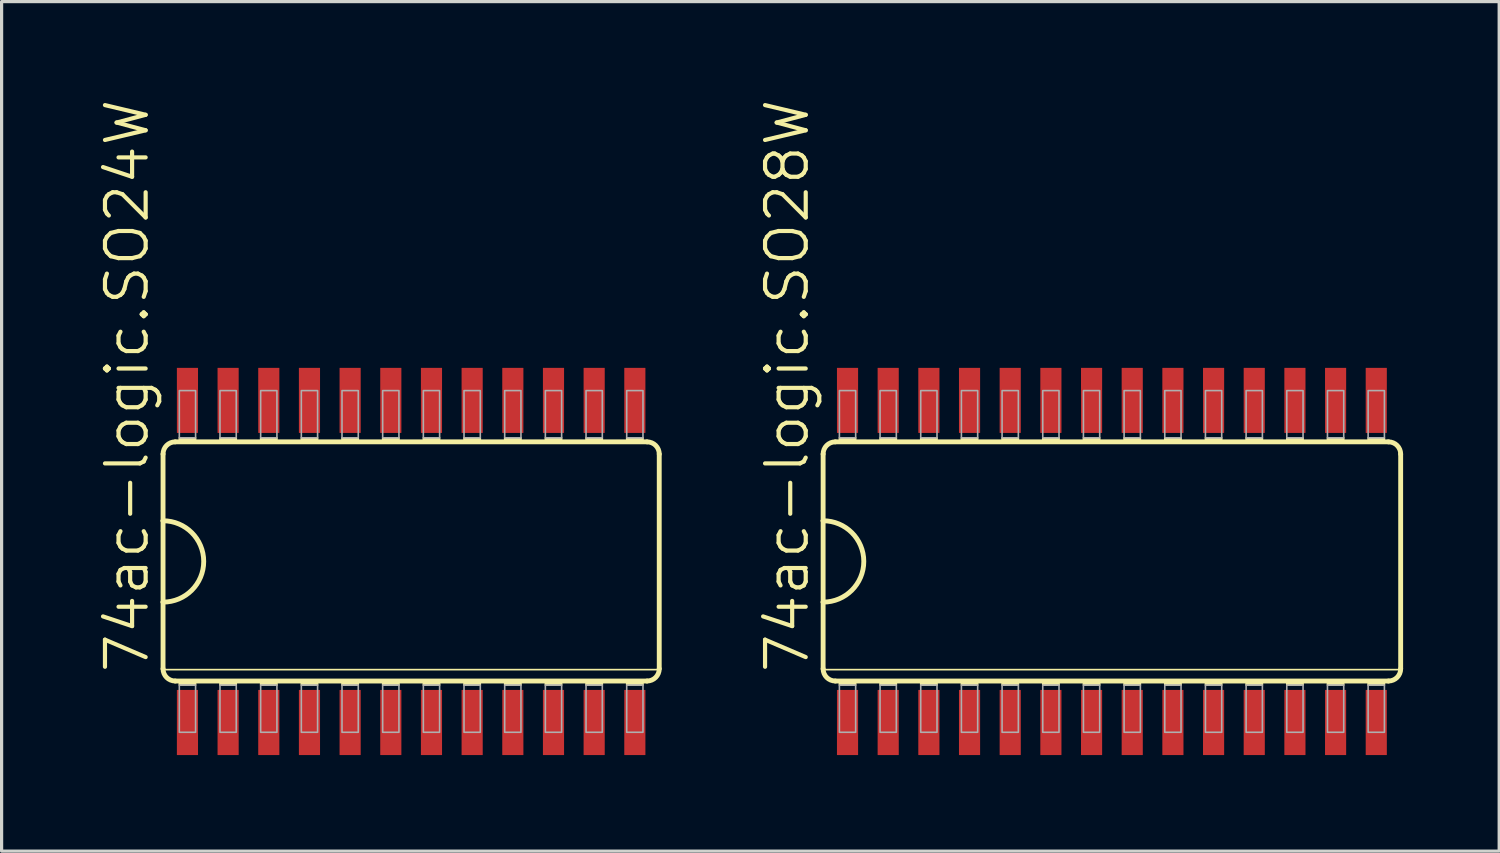
<source format=kicad_pcb>
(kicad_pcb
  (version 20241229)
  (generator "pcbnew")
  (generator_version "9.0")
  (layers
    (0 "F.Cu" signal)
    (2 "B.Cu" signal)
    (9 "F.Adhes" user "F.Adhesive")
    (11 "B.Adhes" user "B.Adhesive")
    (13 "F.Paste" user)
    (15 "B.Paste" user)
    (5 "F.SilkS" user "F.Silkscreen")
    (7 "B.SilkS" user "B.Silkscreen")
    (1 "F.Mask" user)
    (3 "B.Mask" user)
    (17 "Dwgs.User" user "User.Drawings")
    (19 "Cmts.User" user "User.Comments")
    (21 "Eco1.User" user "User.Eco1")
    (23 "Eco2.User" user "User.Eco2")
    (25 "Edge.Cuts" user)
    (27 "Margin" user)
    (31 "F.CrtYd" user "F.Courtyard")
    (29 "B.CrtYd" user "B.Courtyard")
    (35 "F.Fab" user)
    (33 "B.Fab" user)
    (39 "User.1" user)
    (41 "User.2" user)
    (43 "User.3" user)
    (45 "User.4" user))
  (footprint "74ac-logic.SO28W"
    (layer "F.Cu")
    (at 31.669 14.481)
    (property "Reference" "74ac-logic.SO28W" (at -9.398 3.556 90) (layer "F.SilkS") (effects (font (size 1.27 1.27) (thickness 0.13)) (justify left bottom)))
    (attr smd)
    (fp_line (start -9.017 -3.353) (end -9.017 -1.27) (stroke (width 0.152) (type default)) (layer "F.SilkS"))
    (fp_line (start -9.017 -1.27) (end -9.017 1.27) (stroke (width 0.152) (type default)) (layer "F.SilkS"))
    (fp_line (start -9.017 1.27) (end -9.017 3.353) (stroke (width 0.152) (type default)) (layer "F.SilkS"))
    (fp_line (start -9.017 3.378) (end 9.017 3.378) (stroke (width 0.051) (type default)) (layer "F.SilkS"))
    (fp_line (start -8.636 3.734) (end 8.636 3.734) (stroke (width 0.152) (type default)) (layer "F.SilkS"))
    (fp_line (start 8.636 -3.734) (end -8.636 -3.734) (stroke (width 0.152) (type default)) (layer "F.SilkS"))
    (fp_line (start 9.017 3.353) (end 9.017 -3.353) (stroke (width 0.152) (type default)) (layer "F.SilkS"))
    (fp_rect (start -8.509 -3.734) (end -8.001 -3.861) (stroke (width 0.05) (type default)) (fill yes) (layer "F.SilkS"))
    (fp_rect (start -8.509 3.861) (end -8.001 3.734) (stroke (width 0.05) (type default)) (fill yes) (layer "F.SilkS"))
    (fp_rect (start -7.239 -3.734) (end -6.731 -3.861) (stroke (width 0.05) (type default)) (fill yes) (layer "F.SilkS"))
    (fp_rect (start -7.239 3.861) (end -6.731 3.734) (stroke (width 0.05) (type default)) (fill yes) (layer "F.SilkS"))
    (fp_rect (start -5.969 -3.734) (end -5.461 -3.861) (stroke (width 0.05) (type default)) (fill yes) (layer "F.SilkS"))
    (fp_rect (start -5.969 3.861) (end -5.461 3.734) (stroke (width 0.05) (type default)) (fill yes) (layer "F.SilkS"))
    (fp_rect (start -4.699 -3.734) (end -4.191 -3.861) (stroke (width 0.05) (type default)) (fill yes) (layer "F.SilkS"))
    (fp_rect (start -4.699 3.861) (end -4.191 3.734) (stroke (width 0.05) (type default)) (fill yes) (layer "F.SilkS"))
    (fp_rect (start -3.429 -3.734) (end -2.921 -3.861) (stroke (width 0.05) (type default)) (fill yes) (layer "F.SilkS"))
    (fp_rect (start -3.429 3.861) (end -2.921 3.734) (stroke (width 0.05) (type default)) (fill yes) (layer "F.SilkS"))
    (fp_rect (start -2.159 -3.734) (end -1.651 -3.861) (stroke (width 0.05) (type default)) (fill yes) (layer "F.SilkS"))
    (fp_rect (start -2.159 3.861) (end -1.651 3.734) (stroke (width 0.05) (type default)) (fill yes) (layer "F.SilkS"))
    (fp_rect (start -0.889 -3.734) (end -0.381 -3.861) (stroke (width 0.05) (type default)) (fill yes) (layer "F.SilkS"))
    (fp_rect (start -0.889 3.861) (end -0.381 3.734) (stroke (width 0.05) (type default)) (fill yes) (layer "F.SilkS"))
    (fp_rect (start 0.381 -3.734) (end 0.889 -3.861) (stroke (width 0.05) (type default)) (fill yes) (layer "F.SilkS"))
    (fp_rect (start 0.381 3.861) (end 0.889 3.734) (stroke (width 0.05) (type default)) (fill yes) (layer "F.SilkS"))
    (fp_rect (start 1.651 -3.734) (end 2.159 -3.861) (stroke (width 0.05) (type default)) (fill yes) (layer "F.SilkS"))
    (fp_rect (start 1.651 3.861) (end 2.159 3.734) (stroke (width 0.05) (type default)) (fill yes) (layer "F.SilkS"))
    (fp_rect (start 2.921 -3.734) (end 3.429 -3.861) (stroke (width 0.05) (type default)) (fill yes) (layer "F.SilkS"))
    (fp_rect (start 2.921 3.861) (end 3.429 3.734) (stroke (width 0.05) (type default)) (fill yes) (layer "F.SilkS"))
    (fp_rect (start 4.191 -3.734) (end 4.699 -3.861) (stroke (width 0.05) (type default)) (fill yes) (layer "F.SilkS"))
    (fp_rect (start 4.191 3.861) (end 4.699 3.734) (stroke (width 0.05) (type default)) (fill yes) (layer "F.SilkS"))
    (fp_rect (start 5.461 -3.734) (end 5.969 -3.861) (stroke (width 0.05) (type default)) (fill yes) (layer "F.SilkS"))
    (fp_rect (start 5.461 3.861) (end 5.969 3.734) (stroke (width 0.05) (type default)) (fill yes) (layer "F.SilkS"))
    (fp_rect (start 6.731 -3.734) (end 7.239 -3.861) (stroke (width 0.05) (type default)) (fill yes) (layer "F.SilkS"))
    (fp_rect (start 6.731 3.861) (end 7.239 3.734) (stroke (width 0.05) (type default)) (fill yes) (layer "F.SilkS"))
    (fp_rect (start 8.001 -3.734) (end 8.509 -3.861) (stroke (width 0.05) (type default)) (fill yes) (layer "F.SilkS"))
    (fp_rect (start 8.001 3.861) (end 8.509 3.734) (stroke (width 0.05) (type default)) (fill yes) (layer "F.SilkS"))
    (fp_arc (start -9.017 -3.3528) (mid -8.905408 -3.622208) (end -8.636 -3.7338) (stroke (width 0.1524) (type default)) (layer "F.SilkS"))
    (fp_arc (start -9.017 -1.27) (mid -7.747 0) (end -9.017 1.27) (stroke (width 0.1524) (type default)) (layer "F.SilkS"))
    (fp_arc (start -8.636 3.7338) (mid -8.905408 3.622208) (end -9.017 3.3528) (stroke (width 0.1524) (type default)) (layer "F.SilkS"))
    (fp_arc (start 8.636 -3.7338) (mid 8.905408 -3.622208) (end 9.017 -3.3528) (stroke (width 0.1524) (type default)) (layer "F.SilkS"))
    (fp_arc (start 9.017 3.3528) (mid 8.905408 3.622208) (end 8.636 3.7338) (stroke (width 0.1524) (type default)) (layer "F.SilkS"))
    (fp_rect (start -8.509 -3.861) (end -8.001 -5.334) (stroke (width 0.05) (type default)) (fill no) (layer "F.Fab"))
    (fp_rect (start -8.509 5.334) (end -8.001 3.861) (stroke (width 0.05) (type default)) (fill no) (layer "F.Fab"))
    (fp_rect (start -7.239 -3.861) (end -6.731 -5.334) (stroke (width 0.05) (type default)) (fill no) (layer "F.Fab"))
    (fp_rect (start -7.239 5.334) (end -6.731 3.861) (stroke (width 0.05) (type default)) (fill no) (layer "F.Fab"))
    (fp_rect (start -5.969 -3.861) (end -5.461 -5.334) (stroke (width 0.05) (type default)) (fill no) (layer "F.Fab"))
    (fp_rect (start -5.969 5.334) (end -5.461 3.861) (stroke (width 0.05) (type default)) (fill no) (layer "F.Fab"))
    (fp_rect (start -4.699 -3.861) (end -4.191 -5.334) (stroke (width 0.05) (type default)) (fill no) (layer "F.Fab"))
    (fp_rect (start -4.699 5.334) (end -4.191 3.861) (stroke (width 0.05) (type default)) (fill no) (layer "F.Fab"))
    (fp_rect (start -3.429 -3.861) (end -2.921 -5.334) (stroke (width 0.05) (type default)) (fill no) (layer "F.Fab"))
    (fp_rect (start -3.429 5.334) (end -2.921 3.861) (stroke (width 0.05) (type default)) (fill no) (layer "F.Fab"))
    (fp_rect (start -2.159 -3.861) (end -1.651 -5.334) (stroke (width 0.05) (type default)) (fill no) (layer "F.Fab"))
    (fp_rect (start -2.159 5.334) (end -1.651 3.861) (stroke (width 0.05) (type default)) (fill no) (layer "F.Fab"))
    (fp_rect (start -0.889 -3.861) (end -0.381 -5.334) (stroke (width 0.05) (type default)) (fill no) (layer "F.Fab"))
    (fp_rect (start -0.889 5.334) (end -0.381 3.861) (stroke (width 0.05) (type default)) (fill no) (layer "F.Fab"))
    (fp_rect (start 0.381 -3.861) (end 0.889 -5.334) (stroke (width 0.05) (type default)) (fill no) (layer "F.Fab"))
    (fp_rect (start 0.381 5.334) (end 0.889 3.861) (stroke (width 0.05) (type default)) (fill no) (layer "F.Fab"))
    (fp_rect (start 1.651 -3.861) (end 2.159 -5.334) (stroke (width 0.05) (type default)) (fill no) (layer "F.Fab"))
    (fp_rect (start 1.651 5.334) (end 2.159 3.861) (stroke (width 0.05) (type default)) (fill no) (layer "F.Fab"))
    (fp_rect (start 2.921 -3.861) (end 3.429 -5.334) (stroke (width 0.05) (type default)) (fill no) (layer "F.Fab"))
    (fp_rect (start 2.921 5.334) (end 3.429 3.861) (stroke (width 0.05) (type default)) (fill no) (layer "F.Fab"))
    (fp_rect (start 4.191 -3.861) (end 4.699 -5.334) (stroke (width 0.05) (type default)) (fill no) (layer "F.Fab"))
    (fp_rect (start 4.191 5.334) (end 4.699 3.861) (stroke (width 0.05) (type default)) (fill no) (layer "F.Fab"))
    (fp_rect (start 5.461 -3.861) (end 5.969 -5.334) (stroke (width 0.05) (type default)) (fill no) (layer "F.Fab"))
    (fp_rect (start 5.461 5.334) (end 5.969 3.861) (stroke (width 0.05) (type default)) (fill no) (layer "F.Fab"))
    (fp_rect (start 6.731 -3.861) (end 7.239 -5.334) (stroke (width 0.05) (type default)) (fill no) (layer "F.Fab"))
    (fp_rect (start 6.731 5.334) (end 7.239 3.861) (stroke (width 0.05) (type default)) (fill no) (layer "F.Fab"))
    (fp_rect (start 8.001 -3.861) (end 8.509 -5.334) (stroke (width 0.05) (type default)) (fill no) (layer "F.Fab"))
    (fp_rect (start 8.001 5.334) (end 8.509 3.861) (stroke (width 0.05) (type default)) (fill no) (layer "F.Fab"))
    (pad "1" smd roundrect (at -8.255 5.029) (size 0.66 2.032) (layers "F.Cu" "F.Mask" "F.Paste") (roundrect_rratio 0.01))
    (pad "2" smd roundrect (at -6.985 5.029) (size 0.66 2.032) (layers "F.Cu" "F.Mask" "F.Paste") (roundrect_rratio 0.01))
    (pad "3" smd roundrect (at -5.715 5.029) (size 0.66 2.032) (layers "F.Cu" "F.Mask" "F.Paste") (roundrect_rratio 0.01))
    (pad "4" smd roundrect (at -4.445 5.029) (size 0.66 2.032) (layers "F.Cu" "F.Mask" "F.Paste") (roundrect_rratio 0.01))
    (pad "5" smd roundrect (at -3.175 5.029) (size 0.66 2.032) (layers "F.Cu" "F.Mask" "F.Paste") (roundrect_rratio 0.01))
    (pad "6" smd roundrect (at -1.905 5.029) (size 0.66 2.032) (layers "F.Cu" "F.Mask" "F.Paste") (roundrect_rratio 0.01))
    (pad "7" smd roundrect (at -0.635 5.029) (size 0.66 2.032) (layers "F.Cu" "F.Mask" "F.Paste") (roundrect_rratio 0.01))
    (pad "8" smd roundrect (at 0.635 5.029) (size 0.66 2.032) (layers "F.Cu" "F.Mask" "F.Paste") (roundrect_rratio 0.01))
    (pad "9" smd roundrect (at 1.905 5.029) (size 0.66 2.032) (layers "F.Cu" "F.Mask" "F.Paste") (roundrect_rratio 0.01))
    (pad "10" smd roundrect (at 3.175 5.029) (size 0.66 2.032) (layers "F.Cu" "F.Mask" "F.Paste") (roundrect_rratio 0.01))
    (pad "11" smd roundrect (at 4.445 5.029) (size 0.66 2.032) (layers "F.Cu" "F.Mask" "F.Paste") (roundrect_rratio 0.01))
    (pad "12" smd roundrect (at 5.715 5.029) (size 0.66 2.032) (layers "F.Cu" "F.Mask" "F.Paste") (roundrect_rratio 0.01))
    (pad "13" smd roundrect (at 6.985 5.029) (size 0.66 2.032) (layers "F.Cu" "F.Mask" "F.Paste") (roundrect_rratio 0.01))
    (pad "14" smd roundrect (at 8.255 5.029) (size 0.66 2.032) (layers "F.Cu" "F.Mask" "F.Paste") (roundrect_rratio 0.01))
    (pad "15" smd roundrect (at 8.255 -5.029) (size 0.66 2.032) (layers "F.Cu" "F.Mask" "F.Paste") (roundrect_rratio 0.01))
    (pad "16" smd roundrect (at 6.985 -5.029) (size 0.66 2.032) (layers "F.Cu" "F.Mask" "F.Paste") (roundrect_rratio 0.01))
    (pad "17" smd roundrect (at 5.715 -5.029) (size 0.66 2.032) (layers "F.Cu" "F.Mask" "F.Paste") (roundrect_rratio 0.01))
    (pad "18" smd roundrect (at 4.445 -5.029) (size 0.66 2.032) (layers "F.Cu" "F.Mask" "F.Paste") (roundrect_rratio 0.01))
    (pad "19" smd roundrect (at 3.175 -5.029) (size 0.66 2.032) (layers "F.Cu" "F.Mask" "F.Paste") (roundrect_rratio 0.01))
    (pad "20" smd roundrect (at 1.905 -5.029) (size 0.66 2.032) (layers "F.Cu" "F.Mask" "F.Paste") (roundrect_rratio 0.01))
    (pad "21" smd roundrect (at 0.635 -5.029) (size 0.66 2.032) (layers "F.Cu" "F.Mask" "F.Paste") (roundrect_rratio 0.01))
    (pad "22" smd roundrect (at -0.635 -5.029) (size 0.66 2.032) (layers "F.Cu" "F.Mask" "F.Paste") (roundrect_rratio 0.01))
    (pad "23" smd roundrect (at -1.905 -5.029) (size 0.66 2.032) (layers "F.Cu" "F.Mask" "F.Paste") (roundrect_rratio 0.01))
    (pad "24" smd roundrect (at -3.175 -5.029) (size 0.66 2.032) (layers "F.Cu" "F.Mask" "F.Paste") (roundrect_rratio 0.01))
    (pad "25" smd roundrect (at -4.445 -5.029) (size 0.66 2.032) (layers "F.Cu" "F.Mask" "F.Paste") (roundrect_rratio 0.01))
    (pad "26" smd roundrect (at -5.715 -5.029) (size 0.66 2.032) (layers "F.Cu" "F.Mask" "F.Paste") (roundrect_rratio 0.01))
    (pad "27" smd roundrect (at -6.985 -5.029) (size 0.66 2.032) (layers "F.Cu" "F.Mask" "F.Paste") (roundrect_rratio 0.01))
    (pad "28" smd roundrect (at -8.255 -5.029) (size 0.66 2.032) (layers "F.Cu" "F.Mask" "F.Paste") (roundrect_rratio 0.01)))
  (footprint "74ac-logic.SO24W"
    (layer "F.Cu")
    (at 9.788 14.481)
    (property "Reference" "74ac-logic.SO24W" (at -8.128 3.556 90) (layer "F.SilkS") (effects (font (size 1.27 1.27) (thickness 0.13)) (justify left bottom)))
    (attr smd)
    (fp_line (start -7.747 -3.353) (end -7.747 -1.27) (stroke (width 0.152) (type default)) (layer "F.SilkS"))
    (fp_line (start -7.747 -1.27) (end -7.747 1.27) (stroke (width 0.152) (type default)) (layer "F.SilkS"))
    (fp_line (start -7.747 1.27) (end -7.747 3.353) (stroke (width 0.152) (type default)) (layer "F.SilkS"))
    (fp_line (start -7.747 3.378) (end 7.747 3.378) (stroke (width 0.051) (type default)) (layer "F.SilkS"))
    (fp_line (start -7.366 3.734) (end 7.366 3.734) (stroke (width 0.152) (type default)) (layer "F.SilkS"))
    (fp_line (start 7.366 -3.734) (end -7.366 -3.734) (stroke (width 0.152) (type default)) (layer "F.SilkS"))
    (fp_line (start 7.747 3.353) (end 7.747 -3.353) (stroke (width 0.152) (type default)) (layer "F.SilkS"))
    (fp_rect (start -7.239 -3.734) (end -6.731 -3.861) (stroke (width 0.05) (type default)) (fill yes) (layer "F.SilkS"))
    (fp_rect (start -7.239 3.861) (end -6.731 3.734) (stroke (width 0.05) (type default)) (fill yes) (layer "F.SilkS"))
    (fp_rect (start -5.969 -3.734) (end -5.461 -3.861) (stroke (width 0.05) (type default)) (fill yes) (layer "F.SilkS"))
    (fp_rect (start -5.969 3.861) (end -5.461 3.734) (stroke (width 0.05) (type default)) (fill yes) (layer "F.SilkS"))
    (fp_rect (start -4.699 -3.734) (end -4.191 -3.861) (stroke (width 0.05) (type default)) (fill yes) (layer "F.SilkS"))
    (fp_rect (start -4.699 3.861) (end -4.191 3.734) (stroke (width 0.05) (type default)) (fill yes) (layer "F.SilkS"))
    (fp_rect (start -3.429 -3.734) (end -2.921 -3.861) (stroke (width 0.05) (type default)) (fill yes) (layer "F.SilkS"))
    (fp_rect (start -3.429 3.861) (end -2.921 3.734) (stroke (width 0.05) (type default)) (fill yes) (layer "F.SilkS"))
    (fp_rect (start -2.159 -3.734) (end -1.651 -3.861) (stroke (width 0.05) (type default)) (fill yes) (layer "F.SilkS"))
    (fp_rect (start -2.159 3.861) (end -1.651 3.734) (stroke (width 0.05) (type default)) (fill yes) (layer "F.SilkS"))
    (fp_rect (start -0.889 -3.734) (end -0.381 -3.861) (stroke (width 0.05) (type default)) (fill yes) (layer "F.SilkS"))
    (fp_rect (start -0.889 3.861) (end -0.381 3.734) (stroke (width 0.05) (type default)) (fill yes) (layer "F.SilkS"))
    (fp_rect (start 0.381 -3.734) (end 0.889 -3.861) (stroke (width 0.05) (type default)) (fill yes) (layer "F.SilkS"))
    (fp_rect (start 0.381 3.861) (end 0.889 3.734) (stroke (width 0.05) (type default)) (fill yes) (layer "F.SilkS"))
    (fp_rect (start 1.651 -3.734) (end 2.159 -3.861) (stroke (width 0.05) (type default)) (fill yes) (layer "F.SilkS"))
    (fp_rect (start 1.651 3.861) (end 2.159 3.734) (stroke (width 0.05) (type default)) (fill yes) (layer "F.SilkS"))
    (fp_rect (start 2.921 -3.734) (end 3.429 -3.861) (stroke (width 0.05) (type default)) (fill yes) (layer "F.SilkS"))
    (fp_rect (start 2.921 3.861) (end 3.429 3.734) (stroke (width 0.05) (type default)) (fill yes) (layer "F.SilkS"))
    (fp_rect (start 4.191 -3.734) (end 4.699 -3.861) (stroke (width 0.05) (type default)) (fill yes) (layer "F.SilkS"))
    (fp_rect (start 4.191 3.861) (end 4.699 3.734) (stroke (width 0.05) (type default)) (fill yes) (layer "F.SilkS"))
    (fp_rect (start 5.461 -3.734) (end 5.969 -3.861) (stroke (width 0.05) (type default)) (fill yes) (layer "F.SilkS"))
    (fp_rect (start 5.461 3.861) (end 5.969 3.734) (stroke (width 0.05) (type default)) (fill yes) (layer "F.SilkS"))
    (fp_rect (start 6.731 -3.734) (end 7.239 -3.861) (stroke (width 0.05) (type default)) (fill yes) (layer "F.SilkS"))
    (fp_rect (start 6.731 3.861) (end 7.239 3.734) (stroke (width 0.05) (type default)) (fill yes) (layer "F.SilkS"))
    (fp_arc (start -7.747 -3.3528) (mid -7.635408 -3.622208) (end -7.366 -3.7338) (stroke (width 0.1524) (type default)) (layer "F.SilkS"))
    (fp_arc (start -7.747 -1.27) (mid -6.477 0) (end -7.747 1.27) (stroke (width 0.1524) (type default)) (layer "F.SilkS"))
    (fp_arc (start -7.366 3.7338) (mid -7.635408 3.622208) (end -7.747 3.3528) (stroke (width 0.1524) (type default)) (layer "F.SilkS"))
    (fp_arc (start 7.366 -3.7338) (mid 7.635408 -3.622208) (end 7.747 -3.3528) (stroke (width 0.1524) (type default)) (layer "F.SilkS"))
    (fp_arc (start 7.747 3.3528) (mid 7.635408 3.622208) (end 7.366 3.7338) (stroke (width 0.1524) (type default)) (layer "F.SilkS"))
    (fp_rect (start -7.239 -3.861) (end -6.731 -5.334) (stroke (width 0.05) (type default)) (fill no) (layer "F.Fab"))
    (fp_rect (start -7.239 5.334) (end -6.731 3.861) (stroke (width 0.05) (type default)) (fill no) (layer "F.Fab"))
    (fp_rect (start -5.969 -3.861) (end -5.461 -5.334) (stroke (width 0.05) (type default)) (fill no) (layer "F.Fab"))
    (fp_rect (start -5.969 5.334) (end -5.461 3.861) (stroke (width 0.05) (type default)) (fill no) (layer "F.Fab"))
    (fp_rect (start -4.699 -3.861) (end -4.191 -5.334) (stroke (width 0.05) (type default)) (fill no) (layer "F.Fab"))
    (fp_rect (start -4.699 5.334) (end -4.191 3.861) (stroke (width 0.05) (type default)) (fill no) (layer "F.Fab"))
    (fp_rect (start -3.429 -3.861) (end -2.921 -5.334) (stroke (width 0.05) (type default)) (fill no) (layer "F.Fab"))
    (fp_rect (start -3.429 5.334) (end -2.921 3.861) (stroke (width 0.05) (type default)) (fill no) (layer "F.Fab"))
    (fp_rect (start -2.159 -3.861) (end -1.651 -5.334) (stroke (width 0.05) (type default)) (fill no) (layer "F.Fab"))
    (fp_rect (start -2.159 5.334) (end -1.651 3.861) (stroke (width 0.05) (type default)) (fill no) (layer "F.Fab"))
    (fp_rect (start -0.889 -3.861) (end -0.381 -5.334) (stroke (width 0.05) (type default)) (fill no) (layer "F.Fab"))
    (fp_rect (start -0.889 5.334) (end -0.381 3.861) (stroke (width 0.05) (type default)) (fill no) (layer "F.Fab"))
    (fp_rect (start 0.381 -3.861) (end 0.889 -5.334) (stroke (width 0.05) (type default)) (fill no) (layer "F.Fab"))
    (fp_rect (start 0.381 5.334) (end 0.889 3.861) (stroke (width 0.05) (type default)) (fill no) (layer "F.Fab"))
    (fp_rect (start 1.651 -3.861) (end 2.159 -5.334) (stroke (width 0.05) (type default)) (fill no) (layer "F.Fab"))
    (fp_rect (start 1.651 5.334) (end 2.159 3.861) (stroke (width 0.05) (type default)) (fill no) (layer "F.Fab"))
    (fp_rect (start 2.921 -3.861) (end 3.429 -5.334) (stroke (width 0.05) (type default)) (fill no) (layer "F.Fab"))
    (fp_rect (start 2.921 5.334) (end 3.429 3.861) (stroke (width 0.05) (type default)) (fill no) (layer "F.Fab"))
    (fp_rect (start 4.191 -3.861) (end 4.699 -5.334) (stroke (width 0.05) (type default)) (fill no) (layer "F.Fab"))
    (fp_rect (start 4.191 5.334) (end 4.699 3.861) (stroke (width 0.05) (type default)) (fill no) (layer "F.Fab"))
    (fp_rect (start 5.461 -3.861) (end 5.969 -5.334) (stroke (width 0.05) (type default)) (fill no) (layer "F.Fab"))
    (fp_rect (start 5.461 5.334) (end 5.969 3.861) (stroke (width 0.05) (type default)) (fill no) (layer "F.Fab"))
    (fp_rect (start 6.731 -3.861) (end 7.239 -5.334) (stroke (width 0.05) (type default)) (fill no) (layer "F.Fab"))
    (fp_rect (start 6.731 5.334) (end 7.239 3.861) (stroke (width 0.05) (type default)) (fill no) (layer "F.Fab"))
    (pad "1" smd roundrect (at -6.985 5.029) (size 0.66 2.032) (layers "F.Cu" "F.Mask" "F.Paste") (roundrect_rratio 0.01))
    (pad "2" smd roundrect (at -5.715 5.029) (size 0.66 2.032) (layers "F.Cu" "F.Mask" "F.Paste") (roundrect_rratio 0.01))
    (pad "3" smd roundrect (at -4.445 5.029) (size 0.66 2.032) (layers "F.Cu" "F.Mask" "F.Paste") (roundrect_rratio 0.01))
    (pad "4" smd roundrect (at -3.175 5.029) (size 0.66 2.032) (layers "F.Cu" "F.Mask" "F.Paste") (roundrect_rratio 0.01))
    (pad "5" smd roundrect (at -1.905 5.029) (size 0.66 2.032) (layers "F.Cu" "F.Mask" "F.Paste") (roundrect_rratio 0.01))
    (pad "6" smd roundrect (at -0.635 5.029) (size 0.66 2.032) (layers "F.Cu" "F.Mask" "F.Paste") (roundrect_rratio 0.01))
    (pad "7" smd roundrect (at 0.635 5.029) (size 0.66 2.032) (layers "F.Cu" "F.Mask" "F.Paste") (roundrect_rratio 0.01))
    (pad "8" smd roundrect (at 1.905 5.029) (size 0.66 2.032) (layers "F.Cu" "F.Mask" "F.Paste") (roundrect_rratio 0.01))
    (pad "9" smd roundrect (at 3.175 5.029) (size 0.66 2.032) (layers "F.Cu" "F.Mask" "F.Paste") (roundrect_rratio 0.01))
    (pad "10" smd roundrect (at 4.445 5.029) (size 0.66 2.032) (layers "F.Cu" "F.Mask" "F.Paste") (roundrect_rratio 0.01))
    (pad "11" smd roundrect (at 5.715 5.029) (size 0.66 2.032) (layers "F.Cu" "F.Mask" "F.Paste") (roundrect_rratio 0.01))
    (pad "12" smd roundrect (at 6.985 5.029) (size 0.66 2.032) (layers "F.Cu" "F.Mask" "F.Paste") (roundrect_rratio 0.01))
    (pad "13" smd roundrect (at 6.985 -5.029) (size 0.66 2.032) (layers "F.Cu" "F.Mask" "F.Paste") (roundrect_rratio 0.01))
    (pad "14" smd roundrect (at 5.715 -5.029) (size 0.66 2.032) (layers "F.Cu" "F.Mask" "F.Paste") (roundrect_rratio 0.01))
    (pad "15" smd roundrect (at 4.445 -5.029) (size 0.66 2.032) (layers "F.Cu" "F.Mask" "F.Paste") (roundrect_rratio 0.01))
    (pad "16" smd roundrect (at 3.175 -5.029) (size 0.66 2.032) (layers "F.Cu" "F.Mask" "F.Paste") (roundrect_rratio 0.01))
    (pad "17" smd roundrect (at 1.905 -5.029) (size 0.66 2.032) (layers "F.Cu" "F.Mask" "F.Paste") (roundrect_rratio 0.01))
    (pad "18" smd roundrect (at 0.635 -5.029) (size 0.66 2.032) (layers "F.Cu" "F.Mask" "F.Paste") (roundrect_rratio 0.01))
    (pad "19" smd roundrect (at -0.635 -5.029) (size 0.66 2.032) (layers "F.Cu" "F.Mask" "F.Paste") (roundrect_rratio 0.01))
    (pad "20" smd roundrect (at -1.905 -5.029) (size 0.66 2.032) (layers "F.Cu" "F.Mask" "F.Paste") (roundrect_rratio 0.01))
    (pad "21" smd roundrect (at -3.175 -5.029) (size 0.66 2.032) (layers "F.Cu" "F.Mask" "F.Paste") (roundrect_rratio 0.01))
    (pad "22" smd roundrect (at -4.445 -5.029) (size 0.66 2.032) (layers "F.Cu" "F.Mask" "F.Paste") (roundrect_rratio 0.01))
    (pad "23" smd roundrect (at -5.715 -5.029) (size 0.66 2.032) (layers "F.Cu" "F.Mask" "F.Paste") (roundrect_rratio 0.01))
    (pad "24" smd roundrect (at -6.985 -5.029) (size 0.66 2.032) (layers "F.Cu" "F.Mask" "F.Paste") (roundrect_rratio 0.01)))
  (gr_rect
    (start -3 -3)
    (end 43.762 23.526)
    (stroke (width 0.1) (type default))
    (fill no)
    (layer "Edge.Cuts")))
</source>
